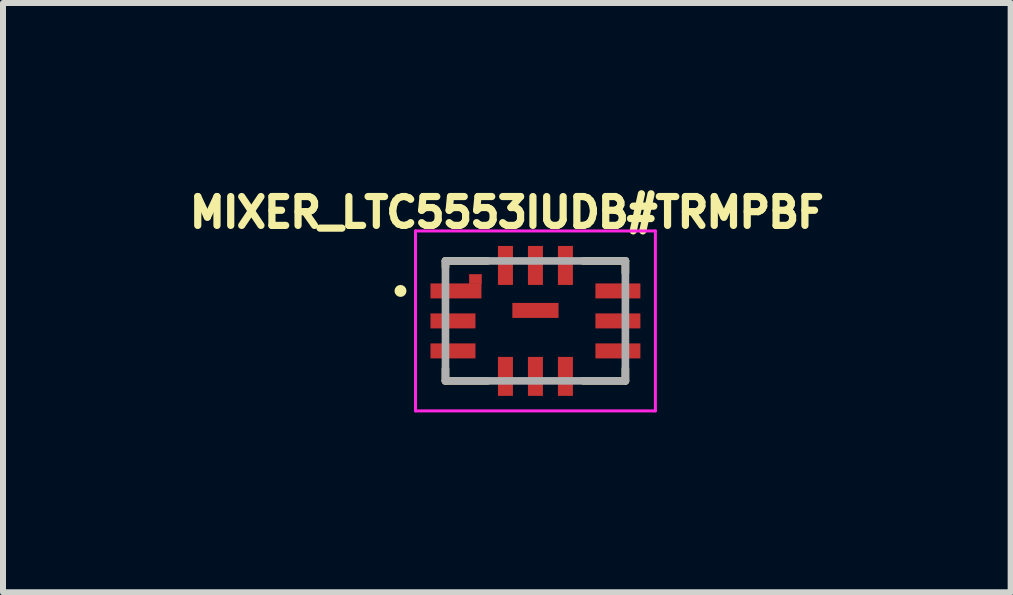
<source format=kicad_pcb>
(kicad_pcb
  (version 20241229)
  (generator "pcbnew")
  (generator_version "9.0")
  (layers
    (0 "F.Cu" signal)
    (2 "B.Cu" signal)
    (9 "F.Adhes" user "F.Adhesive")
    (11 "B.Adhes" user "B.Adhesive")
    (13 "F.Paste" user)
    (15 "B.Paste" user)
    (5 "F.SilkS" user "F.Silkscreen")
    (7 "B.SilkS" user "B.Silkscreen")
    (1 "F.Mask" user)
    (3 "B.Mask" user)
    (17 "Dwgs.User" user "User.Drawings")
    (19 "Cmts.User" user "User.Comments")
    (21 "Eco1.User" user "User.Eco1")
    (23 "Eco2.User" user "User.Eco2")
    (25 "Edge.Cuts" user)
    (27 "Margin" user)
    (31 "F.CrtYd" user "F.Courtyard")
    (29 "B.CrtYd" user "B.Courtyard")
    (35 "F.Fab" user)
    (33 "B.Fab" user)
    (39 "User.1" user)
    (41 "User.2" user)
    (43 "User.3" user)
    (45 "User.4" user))
  (footprint "MIXER_LTC5553IUDB#TRMPBF"
    (layer "F.Cu")
    (at 5.878 2.301)
    (property "Reference" "MIXER_LTC5553IUDB#TRMPBF" (at -0.477 -1.809 0) (layer "F.SilkS") (effects (font (size 0.481 0.481) (thickness 0.15))))
    (attr through_hole)
    (fp_poly (pts (xy -1.103 -0.775) (xy -0.9 -0.775) (xy -0.9 -0.622) (xy -1.103 -0.622)) (stroke (width 0.01) (type solid)) (fill yes) (layer "F.Cu"))
    (fp_poly (pts (xy -1.202 -0.9) (xy -0.8 -0.9) (xy -0.8 -0.601) (xy -1.202 -0.601)) (stroke (width 0.01) (type solid)) (fill yes) (layer "F.Mask"))
    (fp_line (start -1.5 -1) (end -0.8 -1) (stroke (width 0.127) (type solid)) (layer "F.SilkS"))
    (fp_line (start -1.5 -0.9) (end -1.5 -1) (stroke (width 0.127) (type solid)) (layer "F.SilkS"))
    (fp_line (start -1.5 0.8) (end -1.5 1) (stroke (width 0.127) (type solid)) (layer "F.SilkS"))
    (fp_line (start -1.5 1) (end -0.8 1) (stroke (width 0.127) (type solid)) (layer "F.SilkS"))
    (fp_line (start 0.8 -1) (end 1.5 -1) (stroke (width 0.127) (type solid)) (layer "F.SilkS"))
    (fp_line (start 0.8 1) (end 1.5 1) (stroke (width 0.127) (type solid)) (layer "F.SilkS"))
    (fp_line (start 1.5 -1) (end 1.5 -0.8) (stroke (width 0.127) (type solid)) (layer "F.SilkS"))
    (fp_line (start 1.5 1) (end 1.5 0.8) (stroke (width 0.127) (type solid)) (layer "F.SilkS"))
    (fp_circle (center -2.25 -0.5) (end -2.2 -0.5) (stroke (width 0.1) (type solid)) (fill no) (layer "F.SilkS"))
    (fp_poly (pts (xy -1.102 -0.775) (xy -0.9 -0.775) (xy -0.9 -0.621) (xy -1.102 -0.621)) (stroke (width 0.01) (type solid)) (fill yes) (layer "F.Paste"))
    (fp_line (start -2 -1.5) (end 2 -1.5) (stroke (width 0.05) (type solid)) (layer "F.CrtYd"))
    (fp_line (start -2 1.5) (end -2 -1.5) (stroke (width 0.05) (type solid)) (layer "F.CrtYd"))
    (fp_line (start 2 -1.5) (end 2 1.5) (stroke (width 0.05) (type solid)) (layer "F.CrtYd"))
    (fp_line (start 2 1.5) (end -2 1.5) (stroke (width 0.05) (type solid)) (layer "F.CrtYd"))
    (fp_line (start -1.5 -1) (end 1.5 -1) (stroke (width 0.127) (type solid)) (layer "F.Fab"))
    (fp_line (start -1.5 1) (end -1.5 -1) (stroke (width 0.127) (type solid)) (layer "F.Fab"))
    (fp_line (start 1.5 -1) (end 1.5 1) (stroke (width 0.127) (type solid)) (layer "F.Fab"))
    (fp_line (start 1.5 1) (end -1.5 1) (stroke (width 0.127) (type solid)) (layer "F.Fab"))
    (pad "1" smd rect (at -1.325 -0.5) (size 0.85 0.25) (layers "F.Cu" "F.Mask" "F.Paste"))
    (pad "2" smd rect (at -1.375 0) (size 0.75 0.25) (layers "F.Cu" "F.Mask" "F.Paste"))
    (pad "3" smd rect (at -1.375 0.5) (size 0.75 0.25) (layers "F.Cu" "F.Mask" "F.Paste"))
    (pad "4" smd rect (at -0.5 0.925) (size 0.25 0.65) (layers "F.Cu" "F.Mask" "F.Paste"))
    (pad "5" smd rect (at 0 0.925) (size 0.25 0.65) (layers "F.Cu" "F.Mask" "F.Paste"))
    (pad "6" smd rect (at 0.5 0.925) (size 0.25 0.65) (layers "F.Cu" "F.Mask" "F.Paste"))
    (pad "7" smd rect (at 1.375 0.5) (size 0.75 0.25) (layers "F.Cu" "F.Mask" "F.Paste"))
    (pad "8" smd rect (at 1.375 0) (size 0.75 0.25) (layers "F.Cu" "F.Mask" "F.Paste"))
    (pad "9" smd rect (at 1.375 -0.5) (size 0.75 0.25) (layers "F.Cu" "F.Mask" "F.Paste"))
    (pad "10" smd rect (at 0.5 -0.925) (size 0.25 0.65) (layers "F.Cu" "F.Mask" "F.Paste"))
    (pad "11" smd rect (at 0 -0.925) (size 0.25 0.65) (layers "F.Cu" "F.Mask" "F.Paste"))
    (pad "12" smd rect (at -0.5 -0.925) (size 0.25 0.65) (layers "F.Cu" "F.Mask" "F.Paste"))
    (pad "13" smd rect (at 0 -0.175) (size 0.77 0.25) (layers "F.Cu" "F.Mask" "F.Paste")))
  (gr_rect
    (start -3 -3)
    (end 13.802 6.826)
    (stroke (width 0.1) (type default))
    (fill no)
    (layer "Edge.Cuts")))
</source>
